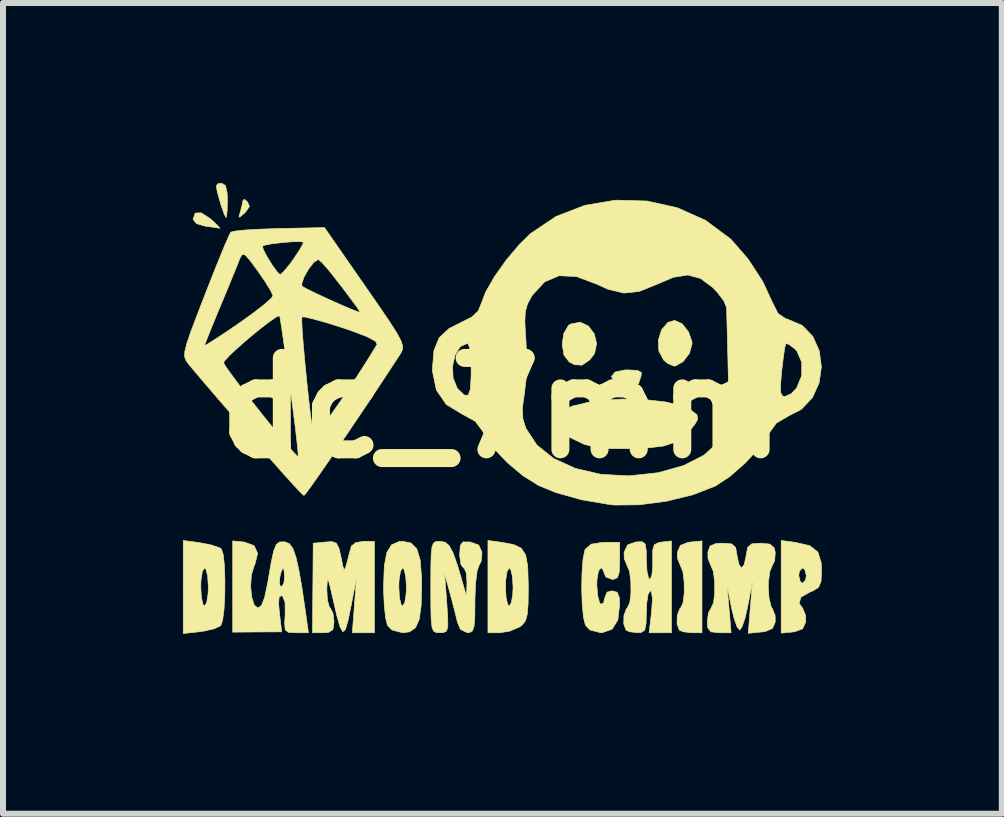
<source format=kicad_pcb>
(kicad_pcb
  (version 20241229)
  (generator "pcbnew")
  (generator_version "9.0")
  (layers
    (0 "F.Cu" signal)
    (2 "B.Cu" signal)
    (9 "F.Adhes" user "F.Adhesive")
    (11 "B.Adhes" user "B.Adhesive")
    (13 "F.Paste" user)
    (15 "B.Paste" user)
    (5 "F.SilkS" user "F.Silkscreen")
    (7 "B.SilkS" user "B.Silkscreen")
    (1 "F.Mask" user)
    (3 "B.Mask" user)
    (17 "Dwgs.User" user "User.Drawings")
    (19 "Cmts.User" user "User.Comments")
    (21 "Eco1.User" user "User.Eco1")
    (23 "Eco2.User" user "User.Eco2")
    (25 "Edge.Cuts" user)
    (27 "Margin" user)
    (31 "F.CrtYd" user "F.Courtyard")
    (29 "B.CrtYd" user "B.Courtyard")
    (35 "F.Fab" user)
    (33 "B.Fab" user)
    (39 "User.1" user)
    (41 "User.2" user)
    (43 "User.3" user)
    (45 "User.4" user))
  (footprint "dc_7mm"
    (layer "F.Cu")
    (at 5.313 3.752)
    (property "Reference" "dc_7mm" (at 0 0 0) (layer "F.SilkS") (effects (font (size 1.524 1.524) (thickness 0.3))))
    (attr through_hole)
    (fp_poly (pts (xy -4.241 -3.441) (xy -4.204 -3.362) (xy -4.268 -3.267) (xy -4.282 -3.254) (xy -4.366 -3.18) (xy -4.379 -3.197) (xy -4.359 -3.26) (xy -4.324 -3.394) (xy -4.318 -3.447) (xy -4.292 -3.48) (xy -4.241 -3.441)) (stroke (width 0.01) (type solid)) (fill yes) (layer "F.SilkS"))
    (fp_poly (pts (xy -4.856 -3.155) (xy -4.846 -3.146) (xy -4.74 -3.048) (xy -4.696 -2.998) (xy -4.699 -2.997) (xy -4.778 -3.009) (xy -4.926 -3.029) (xy -4.937 -3.03) (xy -5.085 -3.073) (xy -5.143 -3.142) (xy -5.144 -3.144) (xy -5.108 -3.25) (xy -5.009 -3.254) (xy -4.856 -3.155)) (stroke (width 0.01) (type solid)) (fill yes) (layer "F.SilkS"))
    (fp_poly (pts (xy -4.604 -3.709) (xy -4.576 -3.582) (xy -4.572 -3.461) (xy -4.576 -3.29) (xy -4.587 -3.188) (xy -4.594 -3.175) (xy -4.624 -3.229) (xy -4.672 -3.365) (xy -4.689 -3.42) (xy -4.742 -3.609) (xy -4.756 -3.705) (xy -4.727 -3.741) (xy -4.667 -3.747) (xy -4.604 -3.709)) (stroke (width 0.01) (type solid)) (fill yes) (layer "F.SilkS"))
    (fp_poly (pts (xy 1.447 -1.367) (xy 1.544 -1.237) (xy 1.584 -1.074) (xy 1.549 -0.907) (xy 1.471 -0.804) (xy 1.34 -0.714) (xy 1.216 -0.722) (xy 1.127 -0.767) (xy 1.04 -0.882) (xy 1.01 -1.058) (xy 1.035 -1.24) (xy 1.114 -1.376) (xy 1.147 -1.399) (xy 1.309 -1.431) (xy 1.447 -1.367)) (stroke (width 0.01) (type solid)) (fill yes) (layer "F.SilkS"))
    (fp_poly (pts (xy 2.267 -0.626) (xy 2.331 -0.592) (xy 2.325 -0.535) (xy 2.291 -0.433) (xy 2.286 -0.408) (xy 2.233 -0.385) (xy 2.111 -0.382) (xy 1.978 -0.393) (xy 1.889 -0.419) (xy 1.884 -0.423) (xy 1.831 -0.526) (xy 1.893 -0.6) (xy 2.058 -0.634) (xy 2.102 -0.635) (xy 2.267 -0.626)) (stroke (width 0.01) (type solid)) (fill yes) (layer "F.SilkS"))
    (fp_poly (pts (xy 3.008 -1.406) (xy 3.115 -1.272) (xy 3.173 -1.106) (xy 3.175 -1.068) (xy 3.131 -0.911) (xy 3.024 -0.772) (xy 2.895 -0.7) (xy 2.873 -0.699) (xy 2.776 -0.739) (xy 2.703 -0.798) (xy 2.621 -0.95) (xy 2.613 -1.132) (xy 2.667 -1.305) (xy 2.773 -1.427) (xy 2.884 -1.46) (xy 3.008 -1.406)) (stroke (width 0.01) (type solid)) (fill yes) (layer "F.SilkS"))
    (fp_poly (pts (xy 3.34 3.747) (xy 3.173 3.747) (xy 3.032 3.732) (xy 2.963 3.704) (xy 2.925 3.601) (xy 2.928 3.458) (xy 2.969 3.348) (xy 2.985 3.334) (xy 3.025 3.247) (xy 3.045 3.085) (xy 3.043 2.894) (xy 3.021 2.724) (xy 2.979 2.624) (xy 2.933 2.511) (xy 2.931 2.404) (xy 2.981 2.289) (xy 3.11 2.24) (xy 3.146 2.235) (xy 3.34 2.216) (xy 3.34 3.747)) (stroke (width 0.01) (type solid)) (fill yes) (layer "F.SilkS"))
    (fp_poly (pts (xy 2.388 -0.14) (xy 2.732 -0.101) (xy 3.007 -0.035) (xy 3.15 0.03) (xy 3.257 0.114) (xy 3.268 0.19) (xy 3.221 0.272) (xy 3.081 0.447) (xy 2.917 0.563) (xy 2.7 0.634) (xy 2.401 0.67) (xy 2.206 0.679) (xy 1.81 0.677) (xy 1.519 0.644) (xy 1.369 0.602) (xy 1.087 0.466) (xy 0.928 0.328) (xy 0.891 0.195) (xy 0.973 0.074) (xy 1.17 -0.029) (xy 1.482 -0.104) (xy 1.628 -0.124) (xy 2.009 -0.149) (xy 2.388 -0.14)) (stroke (width 0.01) (type solid)) (fill yes) (layer "F.SilkS"))
    (fp_poly (pts (xy 4.905 2.242) (xy 5.139 2.297) (xy 5.272 2.401) (xy 5.328 2.579) (xy 5.334 2.712) (xy 5.325 2.893) (xy 5.282 2.992) (xy 5.181 3.053) (xy 5.144 3.067) (xy 4.99 3.154) (xy 4.961 3.256) (xy 5.022 3.345) (xy 5.068 3.458) (xy 5.07 3.565) (xy 5.02 3.68) (xy 4.891 3.729) (xy 4.855 3.734) (xy 4.661 3.753) (xy 4.661 2.794) (xy 4.953 2.794) (xy 4.98 2.897) (xy 5.016 2.921) (xy 5.068 2.868) (xy 5.08 2.794) (xy 5.053 2.691) (xy 5.016 2.667) (xy 4.965 2.72) (xy 4.953 2.794) (xy 4.661 2.794) (xy 4.661 2.209) (xy 4.905 2.242)) (stroke (width 0.01) (type solid)) (fill yes) (layer "F.SilkS"))
    (fp_poly (pts (xy -5.022 2.248) (xy -4.835 2.285) (xy -4.7 2.332) (xy -4.672 2.351) (xy -4.641 2.445) (xy -4.621 2.63) (xy -4.613 2.867) (xy -4.615 3.123) (xy -4.628 3.359) (xy -4.652 3.541) (xy -4.683 3.629) (xy -4.785 3.678) (xy -4.959 3.719) (xy -5.03 3.729) (xy -5.308 3.76) (xy -5.308 2.985) (xy -5.016 2.985) (xy -5.005 3.166) (xy -4.976 3.281) (xy -4.953 3.302) (xy -4.917 3.245) (xy -4.894 3.099) (xy -4.889 2.985) (xy -4.901 2.803) (xy -4.93 2.688) (xy -4.953 2.667) (xy -4.989 2.724) (xy -5.012 2.87) (xy -5.016 2.985) (xy -5.308 2.985) (xy -5.308 2.209) (xy -5.022 2.248)) (stroke (width 0.01) (type solid)) (fill yes) (layer "F.SilkS"))
    (fp_poly (pts (xy 0.015 2.242) (xy 0.205 2.278) (xy 0.329 2.339) (xy 0.401 2.452) (xy 0.435 2.638) (xy 0.444 2.922) (xy 0.445 2.989) (xy 0.442 3.262) (xy 0.428 3.438) (xy 0.399 3.545) (xy 0.347 3.614) (xy 0.303 3.648) (xy 0.134 3.721) (xy -0.033 3.747) (xy -0.228 3.747) (xy -0.228 2.985) (xy 0.064 2.985) (xy 0.075 3.166) (xy 0.104 3.281) (xy 0.127 3.302) (xy 0.163 3.245) (xy 0.186 3.099) (xy 0.191 2.985) (xy 0.179 2.803) (xy 0.15 2.688) (xy 0.127 2.667) (xy 0.091 2.724) (xy 0.068 2.87) (xy 0.064 2.985) (xy -0.228 2.985) (xy -0.228 2.209) (xy 0.015 2.242)) (stroke (width 0.01) (type solid)) (fill yes) (layer "F.SilkS"))
    (fp_poly (pts (xy -1.509 2.252) (xy -1.414 2.35) (xy -1.358 2.533) (xy -1.335 2.819) (xy -1.333 2.961) (xy -1.342 3.298) (xy -1.374 3.526) (xy -1.436 3.664) (xy -1.535 3.732) (xy -1.651 3.747) (xy -1.829 3.701) (xy -1.903 3.624) (xy -1.933 3.505) (xy -1.956 3.299) (xy -1.968 3.042) (xy -1.968 2.985) (xy -1.714 2.985) (xy -1.703 3.166) (xy -1.674 3.281) (xy -1.651 3.302) (xy -1.615 3.245) (xy -1.592 3.099) (xy -1.587 2.985) (xy -1.599 2.803) (xy -1.628 2.688) (xy -1.651 2.667) (xy -1.687 2.724) (xy -1.71 2.87) (xy -1.714 2.985) (xy -1.968 2.985) (xy -1.968 2.961) (xy -1.956 2.632) (xy -1.914 2.41) (xy -1.835 2.281) (xy -1.712 2.227) (xy -1.651 2.223) (xy -1.509 2.252)) (stroke (width 0.01) (type solid)) (fill yes) (layer "F.SilkS"))
    (fp_poly (pts (xy 1.968 2.549) (xy 1.961 2.736) (xy 1.932 2.828) (xy 1.866 2.857) (xy 1.841 2.857) (xy 1.738 2.818) (xy 1.714 2.762) (xy 1.68 2.678) (xy 1.651 2.667) (xy 1.613 2.724) (xy 1.59 2.867) (xy 1.587 2.949) (xy 1.601 3.128) (xy 1.634 3.249) (xy 1.651 3.27) (xy 1.701 3.251) (xy 1.714 3.179) (xy 1.758 3.07) (xy 1.841 3.048) (xy 1.928 3.072) (xy 1.964 3.168) (xy 1.968 3.274) (xy 1.938 3.534) (xy 1.842 3.688) (xy 1.677 3.746) (xy 1.651 3.747) (xy 1.473 3.701) (xy 1.399 3.624) (xy 1.365 3.493) (xy 1.344 3.276) (xy 1.335 3.015) (xy 1.34 2.75) (xy 1.357 2.522) (xy 1.387 2.371) (xy 1.395 2.354) (xy 1.493 2.27) (xy 1.681 2.24) (xy 1.712 2.24) (xy 1.968 2.24) (xy 1.968 2.549)) (stroke (width 0.01) (type solid)) (fill yes) (layer "F.SilkS"))
    (fp_poly (pts (xy -2.121 3.747) (xy -2.489 3.747) (xy -2.454 3.286) (xy -2.419 2.826) (xy -2.501 3.254) (xy -2.557 3.531) (xy -2.603 3.69) (xy -2.646 3.732) (xy -2.692 3.655) (xy -2.749 3.455) (xy -2.814 3.175) (xy -2.863 2.962) (xy -2.891 2.864) (xy -2.905 2.872) (xy -2.912 2.975) (xy -2.914 3.028) (xy -2.904 3.203) (xy -2.872 3.317) (xy -2.857 3.334) (xy -2.812 3.42) (xy -2.794 3.56) (xy -2.811 3.693) (xy -2.887 3.742) (xy -2.974 3.747) (xy -3.153 3.747) (xy -3.147 3) (xy -3.141 2.254) (xy -2.938 2.235) (xy -2.826 2.228) (xy -2.757 2.253) (xy -2.712 2.337) (xy -2.673 2.505) (xy -2.648 2.635) (xy -2.626 2.7) (xy -2.599 2.652) (xy -2.577 2.572) (xy -2.535 2.41) (xy -2.505 2.302) (xy -2.431 2.244) (xy -2.301 2.223) (xy -2.121 2.223) (xy -2.121 3.747)) (stroke (width 0.01) (type solid)) (fill yes) (layer "F.SilkS"))
    (fp_poly (pts (xy 2.832 3.747) (xy 2.459 3.747) (xy 2.5 3.397) (xy 2.515 3.18) (xy 2.498 3.064) (xy 2.477 3.048) (xy 2.442 3.105) (xy 2.419 3.254) (xy 2.413 3.397) (xy 2.408 3.598) (xy 2.386 3.702) (xy 2.333 3.741) (xy 2.265 3.747) (xy 2.131 3.73) (xy 2.074 3.704) (xy 2.036 3.601) (xy 2.039 3.458) (xy 2.08 3.348) (xy 2.095 3.334) (xy 2.136 3.247) (xy 2.156 3.085) (xy 2.154 2.894) (xy 2.132 2.724) (xy 2.09 2.624) (xy 2.044 2.511) (xy 2.042 2.404) (xy 2.1 2.282) (xy 2.238 2.234) (xy 2.341 2.229) (xy 2.393 2.266) (xy 2.411 2.376) (xy 2.413 2.536) (xy 2.423 2.718) (xy 2.45 2.835) (xy 2.471 2.857) (xy 2.503 2.801) (xy 2.519 2.656) (xy 2.519 2.556) (xy 2.518 2.372) (xy 2.545 2.28) (xy 2.616 2.244) (xy 2.67 2.235) (xy 2.832 2.217) (xy 2.832 3.747)) (stroke (width 0.01) (type solid)) (fill yes) (layer "F.SilkS"))
    (fp_poly (pts (xy -4.29 2.235) (xy -4.127 2.295) (xy -4.067 2.424) (xy -4.114 2.609) (xy -4.125 2.631) (xy -4.172 2.783) (xy -4.184 2.97) (xy -4.167 3.151) (xy -4.124 3.286) (xy -4.064 3.334) (xy -4.004 3.293) (xy -3.952 3.16) (xy -3.906 2.944) (xy -3.703 2.944) (xy -3.674 2.985) (xy -3.633 2.93) (xy -3.619 2.826) (xy -3.628 2.706) (xy -3.644 2.667) (xy -3.672 2.721) (xy -3.699 2.826) (xy -3.703 2.944) (xy -3.906 2.944) (xy -3.9 2.918) (xy -3.89 2.857) (xy -3.84 2.567) (xy -3.799 2.38) (xy -3.757 2.277) (xy -3.704 2.234) (xy -3.631 2.231) (xy -3.605 2.234) (xy -3.539 2.263) (xy -3.482 2.339) (xy -3.431 2.478) (xy -3.381 2.697) (xy -3.327 3.009) (xy -3.265 3.432) (xy -3.263 3.445) (xy -3.221 3.747) (xy -3.426 3.747) (xy -3.55 3.741) (xy -3.607 3.701) (xy -3.618 3.594) (xy -3.609 3.45) (xy -3.611 3.238) (xy -3.653 3.135) (xy -3.665 3.129) (xy -3.709 3.149) (xy -3.718 3.262) (xy -3.704 3.417) (xy -3.667 3.732) (xy -4.075 3.734) (xy -4.483 3.737) (xy -4.483 2.216) (xy -4.29 2.235)) (stroke (width 0.01) (type solid)) (fill yes) (layer "F.SilkS"))
    (fp_poly (pts (xy -0.944 2.237) (xy -0.873 2.296) (xy -0.807 2.421) (xy -0.733 2.633) (xy -0.676 2.826) (xy -0.585 3.143) (xy -0.578 2.905) (xy -0.589 2.752) (xy -0.624 2.671) (xy -0.635 2.667) (xy -0.677 2.611) (xy -0.698 2.473) (xy -0.699 2.441) (xy -0.689 2.291) (xy -0.643 2.233) (xy -0.529 2.234) (xy -0.524 2.234) (xy -0.382 2.285) (xy -0.328 2.404) (xy -0.338 2.549) (xy -0.376 2.624) (xy -0.408 2.717) (xy -0.432 2.903) (xy -0.444 3.15) (xy -0.445 3.219) (xy -0.447 3.478) (xy -0.459 3.635) (xy -0.485 3.715) (xy -0.533 3.744) (xy -0.57 3.747) (xy -0.685 3.692) (xy -0.736 3.572) (xy -0.777 3.406) (xy -0.834 3.185) (xy -0.863 3.08) (xy -0.95 2.762) (xy -0.914 3.254) (xy -0.898 3.501) (xy -0.897 3.648) (xy -0.919 3.72) (xy -0.968 3.744) (xy -1.029 3.747) (xy -1.093 3.743) (xy -1.136 3.718) (xy -1.162 3.65) (xy -1.175 3.519) (xy -1.18 3.302) (xy -1.181 2.985) (xy -1.18 2.663) (xy -1.175 2.448) (xy -1.161 2.318) (xy -1.135 2.251) (xy -1.092 2.226) (xy -1.033 2.223) (xy -0.944 2.237)) (stroke (width 0.01) (type solid)) (fill yes) (layer "F.SilkS"))
    (fp_poly (pts (xy 4.473 2.269) (xy 4.543 2.33) (xy 4.562 2.404) (xy 4.552 2.549) (xy 4.514 2.624) (xy 4.472 2.725) (xy 4.448 2.9) (xy 4.445 2.985) (xy 4.459 3.175) (xy 4.495 3.315) (xy 4.514 3.345) (xy 4.56 3.458) (xy 4.562 3.565) (xy 4.517 3.674) (xy 4.401 3.725) (xy 4.326 3.735) (xy 4.112 3.756) (xy 4.147 3.322) (xy 4.182 2.889) (xy 4.107 3.289) (xy 4.06 3.497) (xy 4.009 3.646) (xy 3.971 3.702) (xy 3.927 3.652) (xy 3.876 3.509) (xy 3.833 3.334) (xy 3.758 2.953) (xy 3.826 3.747) (xy 3.628 3.747) (xy 3.489 3.732) (xy 3.436 3.664) (xy 3.429 3.56) (xy 3.449 3.413) (xy 3.493 3.334) (xy 3.533 3.247) (xy 3.553 3.085) (xy 3.551 2.894) (xy 3.529 2.724) (xy 3.487 2.624) (xy 3.441 2.511) (xy 3.439 2.404) (xy 3.476 2.301) (xy 3.572 2.26) (xy 3.683 2.254) (xy 3.834 2.266) (xy 3.901 2.325) (xy 3.925 2.461) (xy 3.954 2.601) (xy 3.996 2.666) (xy 4 2.667) (xy 4.044 2.611) (xy 4.074 2.476) (xy 4.076 2.461) (xy 4.102 2.322) (xy 4.171 2.265) (xy 4.318 2.254) (xy 4.473 2.269)) (stroke (width 0.01) (type solid)) (fill yes) (layer "F.SilkS"))
    (fp_poly (pts (xy 2.421 -3.451) (xy 2.928 -3.339) (xy 3.399 -3.129) (xy 3.812 -2.822) (xy 3.829 -2.806) (xy 4.108 -2.485) (xy 4.35 -2.115) (xy 4.516 -1.758) (xy 4.609 -1.574) (xy 4.734 -1.49) (xy 4.761 -1.483) (xy 5.011 -1.377) (xy 5.189 -1.192) (xy 5.296 -0.953) (xy 5.331 -0.686) (xy 5.293 -0.417) (xy 5.181 -0.171) (xy 4.996 0.024) (xy 4.794 0.127) (xy 4.581 0.251) (xy 4.449 0.434) (xy 4.29 0.668) (xy 4.061 0.918) (xy 3.804 1.143) (xy 3.564 1.301) (xy 3.191 1.446) (xy 2.751 1.554) (xy 2.296 1.614) (xy 1.883 1.618) (xy 1.81 1.611) (xy 1.338 1.531) (xy 0.91 1.412) (xy 0.612 1.29) (xy 0.352 1.126) (xy 0.092 0.907) (xy -0.133 0.669) (xy -0.289 0.444) (xy -0.313 0.391) (xy -0.438 0.223) (xy -0.658 0.102) (xy -0.821 0.003) (xy 0.346 0.003) (xy 0.355 0.183) (xy 0.404 0.337) (xy 0.587 0.617) (xy 0.869 0.843) (xy 1.232 1.008) (xy 1.656 1.106) (xy 2.124 1.131) (xy 2.608 1.079) (xy 3.036 0.959) (xy 3.378 0.784) (xy 3.619 0.561) (xy 3.65 0.516) (xy 3.693 0.449) (xy 3.727 0.385) (xy 3.752 0.31) (xy 3.77 0.209) (xy 3.78 0.067) (xy 3.784 -0.131) (xy 3.782 -0.388) (xy 4.65 -0.388) (xy 4.653 -0.257) (xy 4.682 -0.2) (xy 4.722 -0.191) (xy 4.828 -0.238) (xy 4.918 -0.332) (xy 5.003 -0.539) (xy 5.004 -0.761) (xy 4.923 -0.948) (xy 4.889 -0.985) (xy 4.789 -1.061) (xy 4.738 -1.074) (xy 4.72 -1.002) (xy 4.696 -0.839) (xy 4.67 -0.62) (xy 4.67 -0.619) (xy 4.65 -0.388) (xy 3.782 -0.388) (xy 3.782 -0.398) (xy 3.774 -0.751) (xy 3.763 -1.204) (xy 3.75 -1.675) (xy 3.704 -1.787) (xy 3.591 -1.935) (xy 3.52 -2.009) (xy 3.314 -2.161) (xy 3.105 -2.217) (xy 2.863 -2.179) (xy 2.592 -2.064) (xy 2.295 -1.943) (xy 2.036 -1.916) (xy 1.769 -1.981) (xy 1.587 -2.064) (xy 1.248 -2.192) (xy 0.958 -2.205) (xy 0.715 -2.102) (xy 0.513 -1.881) (xy 0.498 -1.857) (xy 0.431 -1.733) (xy 0.396 -1.607) (xy 0.387 -1.44) (xy 0.4 -1.195) (xy 0.406 -1.122) (xy 0.418 -0.8) (xy 0.408 -0.479) (xy 0.38 -0.242) (xy 0.346 0.003) (xy -0.821 0.003) (xy -0.922 -0.059) (xy -1.088 -0.299) (xy -1.153 -0.612) (xy -1.153 -0.654) (xy -1.15 -0.695) (xy -0.818 -0.695) (xy -0.809 -0.499) (xy -0.741 -0.332) (xy -0.72 -0.307) (xy -0.621 -0.215) (xy -0.557 -0.213) (xy -0.522 -0.311) (xy -0.509 -0.521) (xy -0.508 -0.635) (xy -0.516 -0.854) (xy -0.536 -1.013) (xy -0.565 -1.079) (xy -0.567 -1.079) (xy -0.69 -1.024) (xy -0.776 -0.883) (xy -0.818 -0.695) (xy -1.15 -0.695) (xy -1.128 -0.957) (xy -1.042 -1.17) (xy -0.878 -1.324) (xy -0.7 -1.414) (xy -0.498 -1.516) (xy -0.389 -1.619) (xy -0.347 -1.723) (xy -0.266 -1.934) (xy -0.115 -2.196) (xy 0.082 -2.473) (xy 0.301 -2.731) (xy 0.482 -2.908) (xy 0.908 -3.194) (xy 1.388 -3.379) (xy 1.9 -3.465) (xy 2.421 -3.451)) (stroke (width 0.01) (type solid)) (fill yes) (layer "F.SilkS"))
    (fp_poly (pts (xy -2.273 -2.029) (xy -2.036 -1.687) (xy -1.863 -1.432) (xy -1.747 -1.25) (xy -1.679 -1.123) (xy -1.65 -1.036) (xy -1.654 -0.972) (xy -1.68 -0.915) (xy -1.696 -0.89) (xy -1.927 -0.538) (xy -2.168 -0.173) (xy -2.411 0.189) (xy -2.644 0.534) (xy -2.856 0.846) (xy -3.038 1.109) (xy -3.179 1.309) (xy -3.269 1.43) (xy -3.296 1.459) (xy -3.347 1.413) (xy -3.468 1.285) (xy -3.646 1.088) (xy -3.869 0.836) (xy -4.125 0.544) (xy -4.223 0.431) (xy -4.493 0.118) (xy -4.742 -0.17) (xy -4.954 -0.417) (xy -5.115 -0.607) (xy -5.211 -0.722) (xy -5.225 -0.739) (xy -5.236 -0.755) (xy -4.636 -0.755) (xy -4.599 -0.689) (xy -4.499 -0.55) (xy -4.354 -0.356) (xy -4.178 -0.129) (xy -3.988 0.112) (xy -3.8 0.345) (xy -3.631 0.55) (xy -3.496 0.708) (xy -3.412 0.797) (xy -3.392 0.81) (xy -3.394 0.744) (xy -3.411 0.572) (xy -3.441 0.315) (xy -3.482 -0.007) (xy -3.528 -0.351) (xy -3.579 -0.718) (xy -3.625 -1.041) (xy -3.662 -1.3) (xy -3.685 -1.449) (xy -3.332 -1.449) (xy -3.324 -1.28) (xy -3.305 -1.039) (xy -3.279 -0.752) (xy -3.249 -0.445) (xy -3.217 -0.146) (xy -3.186 0.118) (xy -3.158 0.322) (xy -3.136 0.438) (xy -3.135 0.442) (xy -3.093 0.423) (xy -2.995 0.311) (xy -2.853 0.122) (xy -2.676 -0.129) (xy -2.476 -0.427) (xy -2.264 -0.756) (xy -2.076 -1.059) (xy -2.103 -1.113) (xy -2.242 -1.188) (xy -2.498 -1.286) (xy -2.664 -1.342) (xy -2.928 -1.425) (xy -3.144 -1.485) (xy -3.286 -1.518) (xy -3.329 -1.518) (xy -3.332 -1.449) (xy -3.685 -1.449) (xy -3.688 -1.472) (xy -3.7 -1.537) (xy -3.75 -1.521) (xy -3.869 -1.44) (xy -4.032 -1.315) (xy -4.213 -1.166) (xy -4.388 -1.014) (xy -4.532 -0.88) (xy -4.62 -0.784) (xy -4.636 -0.755) (xy -5.236 -0.755) (xy -5.264 -0.795) (xy -5.285 -0.856) (xy -5.282 -0.942) (xy -5.257 -1.041) (xy -4.953 -1.041) (xy -4.904 -1.065) (xy -4.773 -1.148) (xy -4.579 -1.276) (xy -4.381 -1.411) (xy -4.15 -1.576) (xy -3.964 -1.72) (xy -3.845 -1.825) (xy -3.812 -1.87) (xy -3.848 -1.953) (xy -3.917 -2.065) (xy -3.333 -2.065) (xy -3.325 -2.029) (xy -3.252 -1.987) (xy -3.097 -1.911) (xy -2.897 -1.818) (xy -2.687 -1.724) (xy -2.502 -1.645) (xy -2.378 -1.597) (xy -2.362 -1.593) (xy -2.378 -1.631) (xy -2.425 -1.7) (xy -2.673 -2.031) (xy -2.864 -2.275) (xy -2.994 -2.425) (xy -3.057 -2.477) (xy -3.132 -2.428) (xy -3.221 -2.313) (xy -3.297 -2.177) (xy -3.333 -2.065) (xy -3.917 -2.065) (xy -3.94 -2.103) (xy -4.063 -2.281) (xy -4.196 -2.462) (xy -4.276 -2.551) (xy -4.323 -2.562) (xy -4.358 -2.507) (xy -4.372 -2.472) (xy -4.42 -2.35) (xy -4.505 -2.143) (xy -4.611 -1.885) (xy -4.692 -1.691) (xy -4.799 -1.433) (xy -4.884 -1.222) (xy -4.939 -1.083) (xy -4.953 -1.041) (xy -5.257 -1.041) (xy -5.25 -1.07) (xy -5.186 -1.26) (xy -5.084 -1.531) (xy -4.947 -1.886) (xy -4.816 -2.22) (xy -4.698 -2.512) (xy -4.621 -2.7) (xy -3.987 -2.7) (xy -3.972 -2.639) (xy -3.909 -2.519) (xy -3.823 -2.381) (xy -3.742 -2.269) (xy -3.693 -2.224) (xy -3.635 -2.272) (xy -3.535 -2.393) (xy -3.477 -2.472) (xy -3.374 -2.626) (xy -3.311 -2.736) (xy -3.302 -2.762) (xy -3.357 -2.774) (xy -3.495 -2.771) (xy -3.67 -2.757) (xy -3.839 -2.736) (xy -3.959 -2.712) (xy -3.987 -2.7) (xy -4.621 -2.7) (xy -4.603 -2.741) (xy -4.539 -2.888) (xy -4.516 -2.932) (xy -4.441 -2.95) (xy -4.265 -2.968) (xy -4.014 -2.982) (xy -3.715 -2.992) (xy -3.715 -2.992) (xy -2.953 -3.008) (xy -2.273 -2.029)) (stroke (width 0.01) (type solid)) (fill yes) (layer "F.SilkS")))
  (gr_rect
    (start -3 -3)
    (end 13.652 10.517)
    (stroke (width 0.1) (type default))
    (fill no)
    (layer "Edge.Cuts")))
</source>
